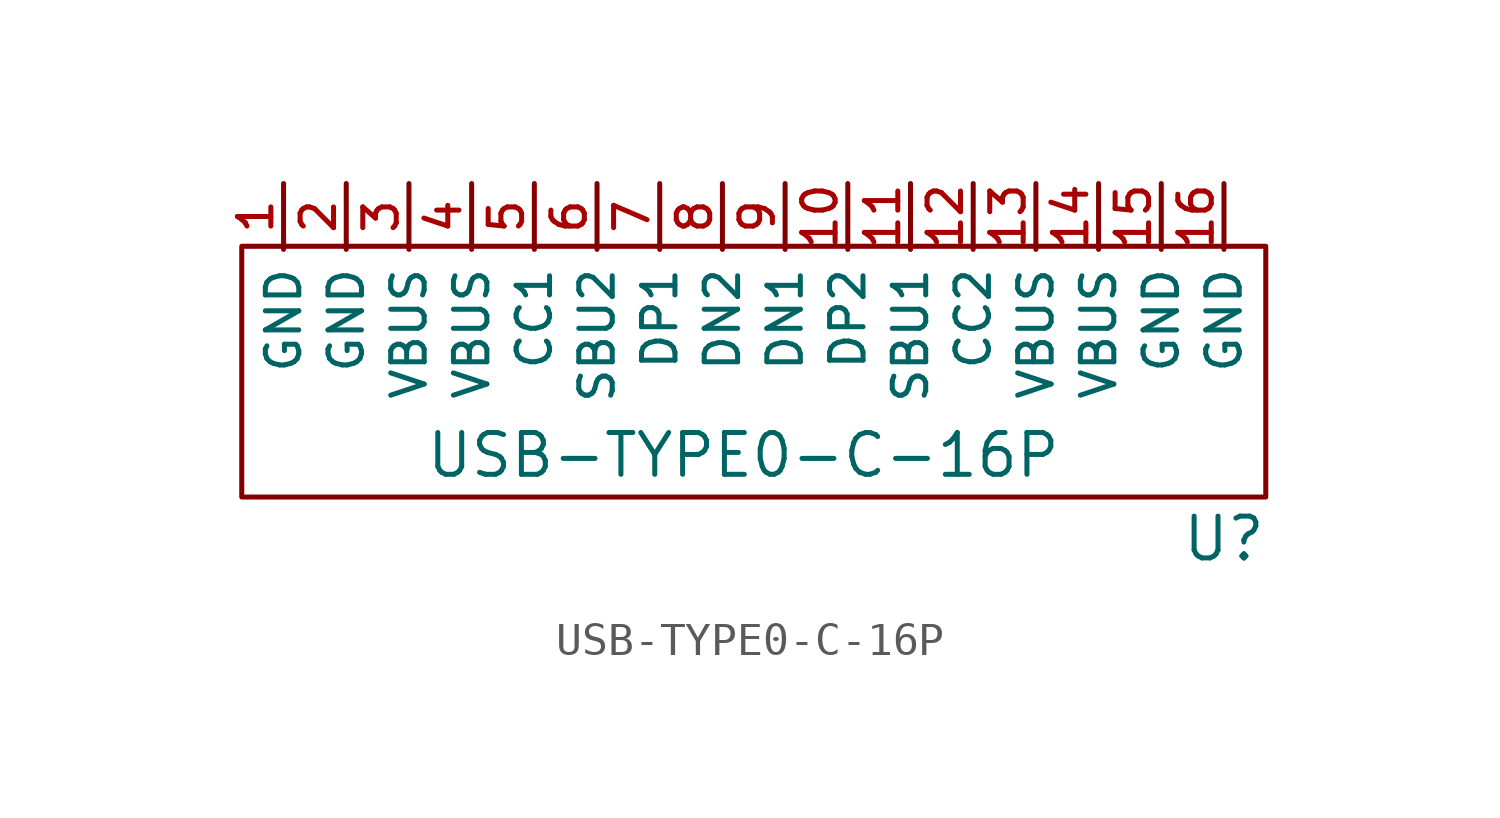
<source format=kicad_sym>
(kicad_symbol_lib
  (version 20211014)
  (generator kicad_symbol_editor)
  (symbol "USB-TYPE0-C-16P"
    (property "Reference" "U"
      (at 14.605 -10.16 0)
      (effects (font (size 1.27 1.27))))
    (property "Value" "USB-TYPE0-C-16P"
      (at 0 -7.62 0)
      (effects (font (size 1.27 1.27))))
    (symbol "USB-TYPE0-C-16P_0_0"
      (pin passive line (at -13.97 0.635 270) (length 2) (name "GND" (effects (font (size 1.016 1.016)))) (number "1" (effects (font (size 1.016 1.016)))))
      (pin bidirectional line (at 3.175 0.635 270) (length 2) (name "DP2" (effects (font (size 1.016 1.016)))) (number "10" (effects (font (size 1.016 1.016)))))
      (pin bidirectional line (at 5.08 0.635 270) (length 2) (name "SBU1" (effects (font (size 1.016 1.016)))) (number "11" (effects (font (size 1.016 1.016)))))
      (pin bidirectional line (at 6.985 0.635 270) (length 2) (name "CC2" (effects (font (size 1.016 1.016)))) (number "12" (effects (font (size 1.016 1.016)))))
      (pin bidirectional line (at 8.89 0.635 270) (length 2) (name "VBUS" (effects (font (size 1.016 1.016)))) (number "13" (effects (font (size 1.016 1.016)))))
      (pin bidirectional line (at 10.795 0.635 270) (length 2) (name "VBUS" (effects (font (size 1.016 1.016)))) (number "14" (effects (font (size 1.016 1.016)))))
      (pin passive line (at 12.7 0.635 270) (length 2) (name "GND" (effects (font (size 1.016 1.016)))) (number "15" (effects (font (size 1.016 1.016)))))
      (pin passive line (at 14.605 0.635 270) (length 2) (name "GND" (effects (font (size 1.016 1.016)))) (number "16" (effects (font (size 1.016 1.016)))))
      (pin passive line (at -12.065 0.635 270) (length 2) (name "GND" (effects (font (size 1.016 1.016)))) (number "2" (effects (font (size 1.016 1.016)))))
      (pin bidirectional line (at -10.16 0.635 270) (length 2) (name "VBUS" (effects (font (size 1.016 1.016)))) (number "3" (effects (font (size 1.016 1.016)))))
      (pin bidirectional line (at -8.255 0.635 270) (length 2) (name "VBUS" (effects (font (size 1.016 1.016)))) (number "4" (effects (font (size 1.016 1.016)))))
      (pin bidirectional line (at -6.35 0.635 270) (length 2) (name "CC1" (effects (font (size 1.016 1.016)))) (number "5" (effects (font (size 1.016 1.016)))))
      (pin bidirectional line (at -4.445 0.635 270) (length 2) (name "SBU2" (effects (font (size 1.016 1.016)))) (number "6" (effects (font (size 1.016 1.016)))))
      (pin bidirectional line (at -2.54 0.635 270) (length 2) (name "DP1" (effects (font (size 1.016 1.016)))) (number "7" (effects (font (size 1.016 1.016)))))
      (pin bidirectional line (at -0.635 0.635 270) (length 2) (name "DN2" (effects (font (size 1.016 1.016)))) (number "8" (effects (font (size 1.016 1.016)))))
      (pin bidirectional line (at 1.27 0.635 270) (length 2) (name "DN1" (effects (font (size 1.016 1.016)))) (number "9" (effects (font (size 1.016 1.016))))))
    (symbol "USB-TYPE0-C-16P_0_1"
      (rectangle (start -15.24 -1.27) (end 15.875 -8.89) (stroke (width 0) (type default) (color 0 0 0 0)) (fill (type none))))))
</source>
